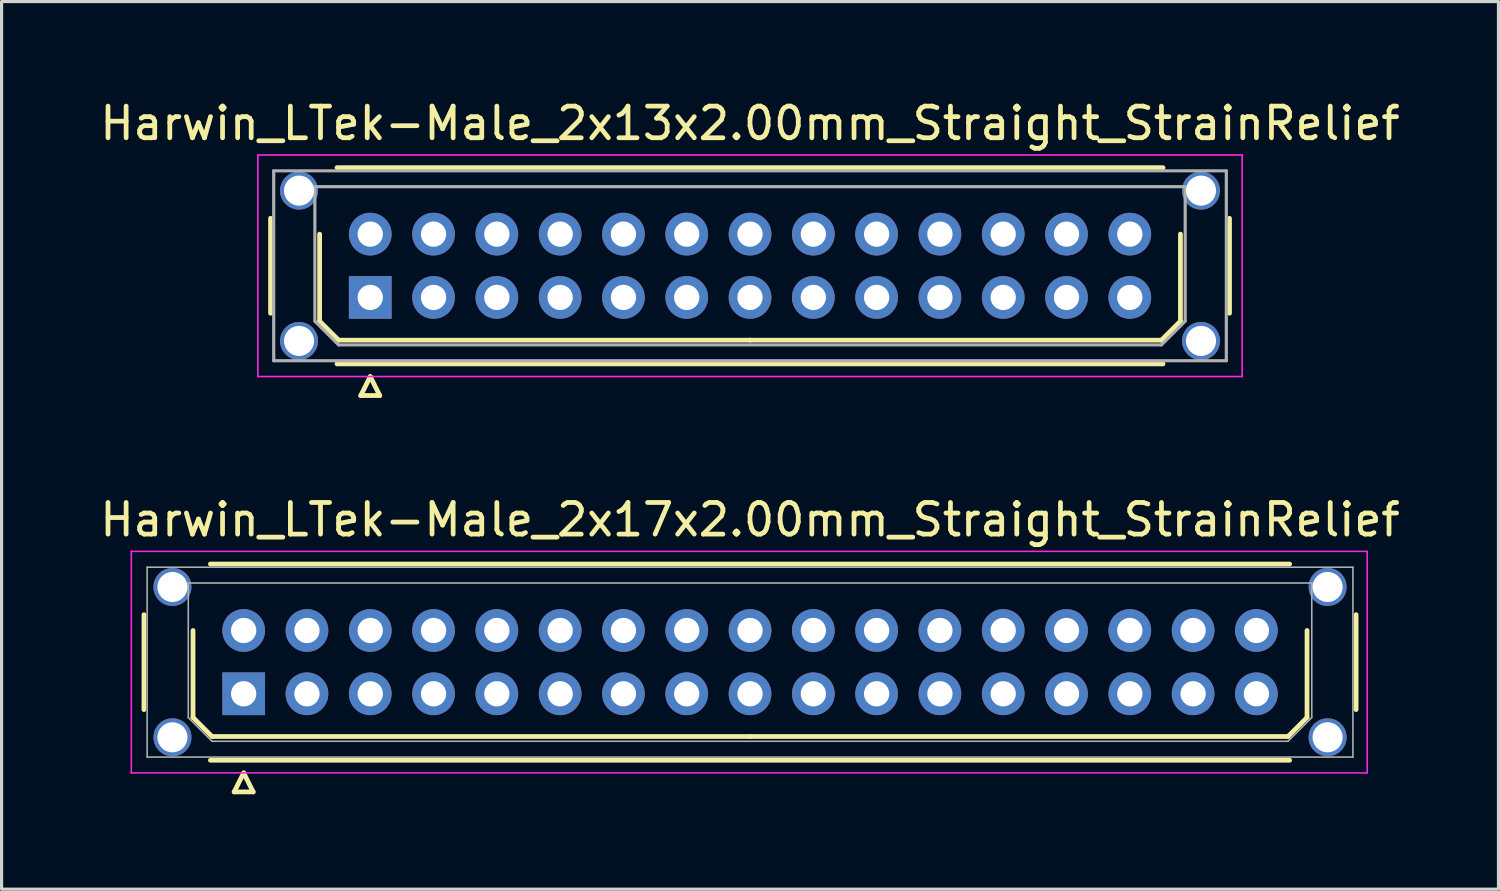
<source format=kicad_pcb>
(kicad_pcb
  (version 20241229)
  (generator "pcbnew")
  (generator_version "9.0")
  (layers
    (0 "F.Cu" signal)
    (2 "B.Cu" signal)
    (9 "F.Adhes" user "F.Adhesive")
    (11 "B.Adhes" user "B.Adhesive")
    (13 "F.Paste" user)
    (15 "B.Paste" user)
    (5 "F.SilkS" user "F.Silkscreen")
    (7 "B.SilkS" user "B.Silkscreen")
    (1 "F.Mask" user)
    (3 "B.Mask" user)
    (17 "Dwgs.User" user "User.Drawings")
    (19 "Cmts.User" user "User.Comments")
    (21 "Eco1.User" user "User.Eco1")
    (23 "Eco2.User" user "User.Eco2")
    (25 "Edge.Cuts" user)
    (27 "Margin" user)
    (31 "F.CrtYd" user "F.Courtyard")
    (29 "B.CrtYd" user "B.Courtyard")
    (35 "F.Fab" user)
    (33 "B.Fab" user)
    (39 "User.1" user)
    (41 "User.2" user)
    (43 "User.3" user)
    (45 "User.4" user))
  (footprint "Harwin_LTek-Male_2x17x2.00mm_Straight_StrainRelief"
    (layer "F.Cu")
    (at 4.649 18.872)
    (property "Reference" "Harwin_LTek-Male_2x17x2.00mm_Straight_StrainRelief" (at 16 -5.5 0) (layer "F.SilkS") (effects (font (size 1 1) (thickness 0.15))))
    (attr through_hole)
    (fp_line (start -3.15 -2.5) (end -3.15 0.5) (stroke (width 0.15) (type solid)) (layer "F.SilkS"))
    (fp_line (start -1.6 -2) (end -1.6 0.75) (stroke (width 0.15) (type solid)) (layer "F.SilkS"))
    (fp_line (start -1.6 0.75) (end -1 1.35) (stroke (width 0.15) (type solid)) (layer "F.SilkS"))
    (fp_line (start -1.05 -4.1) (end 33.05 -4.1) (stroke (width 0.15) (type solid)) (layer "F.SilkS"))
    (fp_line (start -1.05 2.1) (end 33.05 2.1) (stroke (width 0.15) (type solid)) (layer "F.SilkS"))
    (fp_line (start -1 1.35) (end 16 1.35) (stroke (width 0.15) (type solid)) (layer "F.SilkS"))
    (fp_line (start -0.3 3.1) (end 0.3 3.1) (stroke (width 0.15) (type solid)) (layer "F.SilkS"))
    (fp_line (start 0 2.5) (end -0.3 3.1) (stroke (width 0.15) (type solid)) (layer "F.SilkS"))
    (fp_line (start 0.3 3.1) (end 0 2.5) (stroke (width 0.15) (type solid)) (layer "F.SilkS"))
    (fp_line (start 33 1.35) (end 16 1.35) (stroke (width 0.15) (type solid)) (layer "F.SilkS"))
    (fp_line (start 33.6 -2) (end 33.6 0.75) (stroke (width 0.15) (type solid)) (layer "F.SilkS"))
    (fp_line (start 33.6 0.75) (end 33 1.35) (stroke (width 0.15) (type solid)) (layer "F.SilkS"))
    (fp_line (start 35.15 -2.5) (end 35.15 0.5) (stroke (width 0.15) (type solid)) (layer "F.SilkS"))
    (fp_line (start -3.55 -4.5) (end -3.55 2.5) (stroke (width 0.05) (type solid)) (layer "F.CrtYd"))
    (fp_line (start -3.55 2.5) (end 35.5 2.5) (stroke (width 0.05) (type solid)) (layer "F.CrtYd"))
    (fp_line (start 35.5 -4.5) (end -3.55 -4.5) (stroke (width 0.05) (type solid)) (layer "F.CrtYd"))
    (fp_line (start 35.5 2.5) (end 35.5 -4.5) (stroke (width 0.05) (type solid)) (layer "F.CrtYd"))
    (fp_line (start -3.05 -4) (end -3.05 2) (stroke (width 0.05) (type solid)) (layer "F.Fab"))
    (fp_line (start -3.05 2) (end 35.05 2) (stroke (width 0.05) (type solid)) (layer "F.Fab"))
    (fp_line (start -1.75 -3.5) (end 33.75 -3.5) (stroke (width 0.05) (type solid)) (layer "F.Fab"))
    (fp_line (start -1.75 0.75) (end -1.75 -3.5) (stroke (width 0.05) (type solid)) (layer "F.Fab"))
    (fp_line (start -1 1.5) (end -1.75 0.75) (stroke (width 0.05) (type solid)) (layer "F.Fab"))
    (fp_line (start 33 1.5) (end -1 1.5) (stroke (width 0.05) (type solid)) (layer "F.Fab"))
    (fp_line (start 33.75 -3.5) (end 33.75 0.75) (stroke (width 0.05) (type solid)) (layer "F.Fab"))
    (fp_line (start 33.75 0.75) (end 33 1.5) (stroke (width 0.05) (type solid)) (layer "F.Fab"))
    (fp_line (start 35.05 -4) (end -3.05 -4) (stroke (width 0.05) (type solid)) (layer "F.Fab"))
    (fp_line (start 35.05 2) (end 35.05 -4) (stroke (width 0.05) (type solid)) (layer "F.Fab"))
    (pad "" thru_hole circle (at -2.25 -3.375) (size 1.2 1.2) (drill 0.95) (layers "*.Cu" "*.Mask"))
    (pad "" thru_hole circle (at -2.25 1.375) (size 1.2 1.2) (drill 0.95) (layers "*.Cu" "*.Mask"))
    (pad "" thru_hole circle (at 34.25 -3.375) (size 1.2 1.2) (drill 0.95) (layers "*.Cu" "*.Mask"))
    (pad "" thru_hole circle (at 34.25 1.375) (size 1.2 1.2) (drill 0.95) (layers "*.Cu" "*.Mask"))
    (pad "1" thru_hole rect (at 0 0) (size 1.35 1.35) (drill 0.8) (layers "*.Cu" "*.Mask"))
    (pad "2" thru_hole circle (at 0 -2) (size 1.35 1.35) (drill 0.8) (layers "*.Cu" "*.Mask"))
    (pad "3" thru_hole circle (at 2 0) (size 1.35 1.35) (drill 0.8) (layers "*.Cu" "*.Mask"))
    (pad "4" thru_hole circle (at 2 -2) (size 1.35 1.35) (drill 0.8) (layers "*.Cu" "*.Mask"))
    (pad "5" thru_hole circle (at 4 0) (size 1.35 1.35) (drill 0.8) (layers "*.Cu" "*.Mask"))
    (pad "6" thru_hole circle (at 4 -2) (size 1.35 1.35) (drill 0.8) (layers "*.Cu" "*.Mask"))
    (pad "7" thru_hole circle (at 6 0) (size 1.35 1.35) (drill 0.8) (layers "*.Cu" "*.Mask"))
    (pad "8" thru_hole circle (at 6 -2) (size 1.35 1.35) (drill 0.8) (layers "*.Cu" "*.Mask"))
    (pad "9" thru_hole circle (at 8 0) (size 1.35 1.35) (drill 0.8) (layers "*.Cu" "*.Mask"))
    (pad "10" thru_hole circle (at 8 -2) (size 1.35 1.35) (drill 0.8) (layers "*.Cu" "*.Mask"))
    (pad "11" thru_hole circle (at 10 0) (size 1.35 1.35) (drill 0.8) (layers "*.Cu" "*.Mask"))
    (pad "12" thru_hole circle (at 10 -2) (size 1.35 1.35) (drill 0.8) (layers "*.Cu" "*.Mask"))
    (pad "13" thru_hole circle (at 12 0) (size 1.35 1.35) (drill 0.8) (layers "*.Cu" "*.Mask"))
    (pad "14" thru_hole circle (at 12 -2) (size 1.35 1.35) (drill 0.8) (layers "*.Cu" "*.Mask"))
    (pad "15" thru_hole circle (at 14 0) (size 1.35 1.35) (drill 0.8) (layers "*.Cu" "*.Mask"))
    (pad "16" thru_hole circle (at 14 -2) (size 1.35 1.35) (drill 0.8) (layers "*.Cu" "*.Mask"))
    (pad "17" thru_hole circle (at 16 0) (size 1.35 1.35) (drill 0.8) (layers "*.Cu" "*.Mask"))
    (pad "18" thru_hole circle (at 16 -2) (size 1.35 1.35) (drill 0.8) (layers "*.Cu" "*.Mask"))
    (pad "19" thru_hole circle (at 18 0) (size 1.35 1.35) (drill 0.8) (layers "*.Cu" "*.Mask"))
    (pad "20" thru_hole circle (at 18 -2) (size 1.35 1.35) (drill 0.8) (layers "*.Cu" "*.Mask"))
    (pad "21" thru_hole circle (at 20 0) (size 1.35 1.35) (drill 0.8) (layers "*.Cu" "*.Mask"))
    (pad "22" thru_hole circle (at 20 -2) (size 1.35 1.35) (drill 0.8) (layers "*.Cu" "*.Mask"))
    (pad "23" thru_hole circle (at 22 0) (size 1.35 1.35) (drill 0.8) (layers "*.Cu" "*.Mask"))
    (pad "24" thru_hole circle (at 22 -2) (size 1.35 1.35) (drill 0.8) (layers "*.Cu" "*.Mask"))
    (pad "25" thru_hole circle (at 24 0) (size 1.35 1.35) (drill 0.8) (layers "*.Cu" "*.Mask"))
    (pad "26" thru_hole circle (at 24 -2) (size 1.35 1.35) (drill 0.8) (layers "*.Cu" "*.Mask"))
    (pad "27" thru_hole circle (at 26 0) (size 1.35 1.35) (drill 0.8) (layers "*.Cu" "*.Mask"))
    (pad "28" thru_hole circle (at 26 -2) (size 1.35 1.35) (drill 0.8) (layers "*.Cu" "*.Mask"))
    (pad "29" thru_hole circle (at 28 0) (size 1.35 1.35) (drill 0.8) (layers "*.Cu" "*.Mask"))
    (pad "30" thru_hole circle (at 28 -2) (size 1.35 1.35) (drill 0.8) (layers "*.Cu" "*.Mask"))
    (pad "31" thru_hole circle (at 30 0) (size 1.35 1.35) (drill 0.8) (layers "*.Cu" "*.Mask"))
    (pad "32" thru_hole circle (at 30 -2) (size 1.35 1.35) (drill 0.8) (layers "*.Cu" "*.Mask"))
    (pad "33" thru_hole circle (at 32 0) (size 1.35 1.35) (drill 0.8) (layers "*.Cu" "*.Mask"))
    (pad "34" thru_hole circle (at 32 -2) (size 1.35 1.35) (drill 0.8) (layers "*.Cu" "*.Mask")))
  (footprint "Harwin_LTek-Male_2x13x2.00mm_Straight_StrainRelief"
    (layer "F.Cu")
    (at 8.649 6.348)
    (property "Reference" "Harwin_LTek-Male_2x13x2.00mm_Straight_StrainRelief" (at 12 -5.5 0) (layer "F.SilkS") (effects (font (size 1 1) (thickness 0.15))))
    (attr through_hole)
    (fp_line (start -3.15 -2.5) (end -3.15 0.5) (stroke (width 0.15) (type solid)) (layer "F.SilkS"))
    (fp_line (start -1.6 -2) (end -1.6 0.75) (stroke (width 0.15) (type solid)) (layer "F.SilkS"))
    (fp_line (start -1.6 0.75) (end -1 1.35) (stroke (width 0.15) (type solid)) (layer "F.SilkS"))
    (fp_line (start -1.05 -4.1) (end 25.05 -4.1) (stroke (width 0.15) (type solid)) (layer "F.SilkS"))
    (fp_line (start -1.05 2.1) (end 25.05 2.1) (stroke (width 0.15) (type solid)) (layer "F.SilkS"))
    (fp_line (start -1 1.35) (end 12 1.35) (stroke (width 0.15) (type solid)) (layer "F.SilkS"))
    (fp_line (start -0.3 3.1) (end 0.3 3.1) (stroke (width 0.15) (type solid)) (layer "F.SilkS"))
    (fp_line (start 0 2.5) (end -0.3 3.1) (stroke (width 0.15) (type solid)) (layer "F.SilkS"))
    (fp_line (start 0.3 3.1) (end 0 2.5) (stroke (width 0.15) (type solid)) (layer "F.SilkS"))
    (fp_line (start 25 1.35) (end 12 1.35) (stroke (width 0.15) (type solid)) (layer "F.SilkS"))
    (fp_line (start 25.6 -2) (end 25.6 0.75) (stroke (width 0.15) (type solid)) (layer "F.SilkS"))
    (fp_line (start 25.6 0.75) (end 25 1.35) (stroke (width 0.15) (type solid)) (layer "F.SilkS"))
    (fp_line (start 27.15 -2.5) (end 27.15 0.5) (stroke (width 0.15) (type solid)) (layer "F.SilkS"))
    (fp_line (start -3.55 -4.5) (end -3.55 2.5) (stroke (width 0.05) (type solid)) (layer "F.CrtYd"))
    (fp_line (start -3.55 2.5) (end 27.55 2.5) (stroke (width 0.05) (type solid)) (layer "F.CrtYd"))
    (fp_line (start 27.55 -4.5) (end -3.55 -4.5) (stroke (width 0.05) (type solid)) (layer "F.CrtYd"))
    (fp_line (start 27.55 2.5) (end 27.55 -4.5) (stroke (width 0.05) (type solid)) (layer "F.CrtYd"))
    (fp_line (start -3.05 -4) (end -3.05 2) (stroke (width 0.1) (type solid)) (layer "F.Fab"))
    (fp_line (start -3.05 2) (end 27.05 2) (stroke (width 0.1) (type solid)) (layer "F.Fab"))
    (fp_line (start -1.75 -3.5) (end 25.75 -3.5) (stroke (width 0.1) (type solid)) (layer "F.Fab"))
    (fp_line (start -1.75 0.75) (end -1.75 -3.5) (stroke (width 0.1) (type solid)) (layer "F.Fab"))
    (fp_line (start -1 1.5) (end -1.75 0.75) (stroke (width 0.1) (type solid)) (layer "F.Fab"))
    (fp_line (start 25 1.5) (end -1 1.5) (stroke (width 0.1) (type solid)) (layer "F.Fab"))
    (fp_line (start 25.75 -3.5) (end 25.75 0.75) (stroke (width 0.1) (type solid)) (layer "F.Fab"))
    (fp_line (start 25.75 0.75) (end 25 1.5) (stroke (width 0.1) (type solid)) (layer "F.Fab"))
    (fp_line (start 27.05 -4) (end -3.05 -4) (stroke (width 0.1) (type solid)) (layer "F.Fab"))
    (fp_line (start 27.05 2) (end 27.05 -4) (stroke (width 0.1) (type solid)) (layer "F.Fab"))
    (pad "" thru_hole circle (at -2.25 -3.375) (size 1.2 1.2) (drill 0.95) (layers "*.Cu" "*.Mask"))
    (pad "" thru_hole circle (at -2.25 1.375) (size 1.2 1.2) (drill 0.95) (layers "*.Cu" "*.Mask"))
    (pad "" thru_hole circle (at 26.25 -3.375) (size 1.2 1.2) (drill 0.95) (layers "*.Cu" "*.Mask"))
    (pad "" thru_hole circle (at 26.25 1.375) (size 1.2 1.2) (drill 0.95) (layers "*.Cu" "*.Mask"))
    (pad "1" thru_hole rect (at 0 0) (size 1.35 1.35) (drill 0.8) (layers "*.Cu" "*.Mask"))
    (pad "2" thru_hole circle (at 0 -2) (size 1.35 1.35) (drill 0.8) (layers "*.Cu" "*.Mask"))
    (pad "3" thru_hole circle (at 2 0) (size 1.35 1.35) (drill 0.8) (layers "*.Cu" "*.Mask"))
    (pad "4" thru_hole circle (at 2 -2) (size 1.35 1.35) (drill 0.8) (layers "*.Cu" "*.Mask"))
    (pad "5" thru_hole circle (at 4 0) (size 1.35 1.35) (drill 0.8) (layers "*.Cu" "*.Mask"))
    (pad "6" thru_hole circle (at 4 -2) (size 1.35 1.35) (drill 0.8) (layers "*.Cu" "*.Mask"))
    (pad "7" thru_hole circle (at 6 0) (size 1.35 1.35) (drill 0.8) (layers "*.Cu" "*.Mask"))
    (pad "8" thru_hole circle (at 6 -2) (size 1.35 1.35) (drill 0.8) (layers "*.Cu" "*.Mask"))
    (pad "9" thru_hole circle (at 8 0) (size 1.35 1.35) (drill 0.8) (layers "*.Cu" "*.Mask"))
    (pad "10" thru_hole circle (at 8 -2) (size 1.35 1.35) (drill 0.8) (layers "*.Cu" "*.Mask"))
    (pad "11" thru_hole circle (at 10 0) (size 1.35 1.35) (drill 0.8) (layers "*.Cu" "*.Mask"))
    (pad "12" thru_hole circle (at 10 -2) (size 1.35 1.35) (drill 0.8) (layers "*.Cu" "*.Mask"))
    (pad "13" thru_hole circle (at 12 0) (size 1.35 1.35) (drill 0.8) (layers "*.Cu" "*.Mask"))
    (pad "14" thru_hole circle (at 12 -2) (size 1.35 1.35) (drill 0.8) (layers "*.Cu" "*.Mask"))
    (pad "15" thru_hole circle (at 14 0) (size 1.35 1.35) (drill 0.8) (layers "*.Cu" "*.Mask"))
    (pad "16" thru_hole circle (at 14 -2) (size 1.35 1.35) (drill 0.8) (layers "*.Cu" "*.Mask"))
    (pad "17" thru_hole circle (at 16 0) (size 1.35 1.35) (drill 0.8) (layers "*.Cu" "*.Mask"))
    (pad "18" thru_hole circle (at 16 -2) (size 1.35 1.35) (drill 0.8) (layers "*.Cu" "*.Mask"))
    (pad "19" thru_hole circle (at 18 0) (size 1.35 1.35) (drill 0.8) (layers "*.Cu" "*.Mask"))
    (pad "20" thru_hole circle (at 18 -2) (size 1.35 1.35) (drill 0.8) (layers "*.Cu" "*.Mask"))
    (pad "21" thru_hole circle (at 20 0) (size 1.35 1.35) (drill 0.8) (layers "*.Cu" "*.Mask"))
    (pad "22" thru_hole circle (at 20 -2) (size 1.35 1.35) (drill 0.8) (layers "*.Cu" "*.Mask"))
    (pad "23" thru_hole circle (at 22 0) (size 1.35 1.35) (drill 0.8) (layers "*.Cu" "*.Mask"))
    (pad "24" thru_hole circle (at 22 -2) (size 1.35 1.35) (drill 0.8) (layers "*.Cu" "*.Mask"))
    (pad "25" thru_hole circle (at 24 0) (size 1.35 1.35) (drill 0.8) (layers "*.Cu" "*.Mask"))
    (pad "26" thru_hole circle (at 24 -2) (size 1.35 1.35) (drill 0.8) (layers "*.Cu" "*.Mask")))
  (gr_rect
    (start -3 -3)
    (end 44.298 25.047)
    (stroke (width 0.1) (type default))
    (fill no)
    (layer "Edge.Cuts")))
</source>
